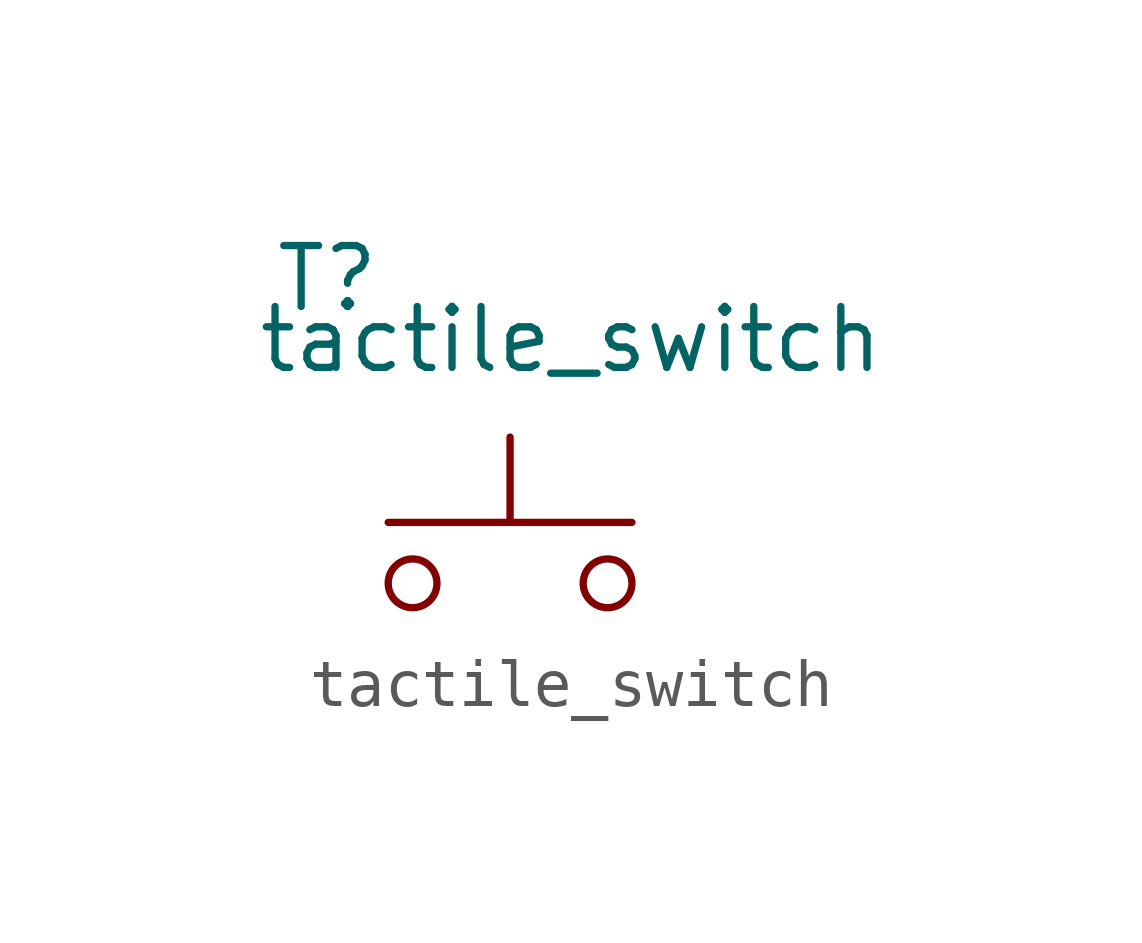
<source format=kicad_sym>
(kicad_symbol_lib
  (version 20231120)
  (generator "kicad_symbol_editor")
  (generator_version "8.0")
  (symbol "tactile_switch"
    (pin_names
      (offset 1.016))
    (property "Reference" "T"
      (at -3.81 5.08 0)
      (effects (font (size 1.27 1.27))))
    (property "Value" "tactile_switch"
      (at 1.27 3.81 0)
      (effects (font (size 1.27 1.27))))
    (symbol "tactile_switch_1_1"
      (circle (center -2.032 -1.27) (radius 0.508) (stroke (width 0) (type solid)) (fill (type none)))
      (polyline (pts (xy 0 0) (xy 0 1.778)) (stroke (width 0) (type solid)) (fill (type none)))
      (polyline (pts (xy 2.54 0) (xy -2.54 0)) (stroke (width 0) (type solid)) (fill (type none)))
      (circle (center 2.032 -1.27) (radius 0.508) (stroke (width 0) (type solid)) (fill (type none))))))
</source>
